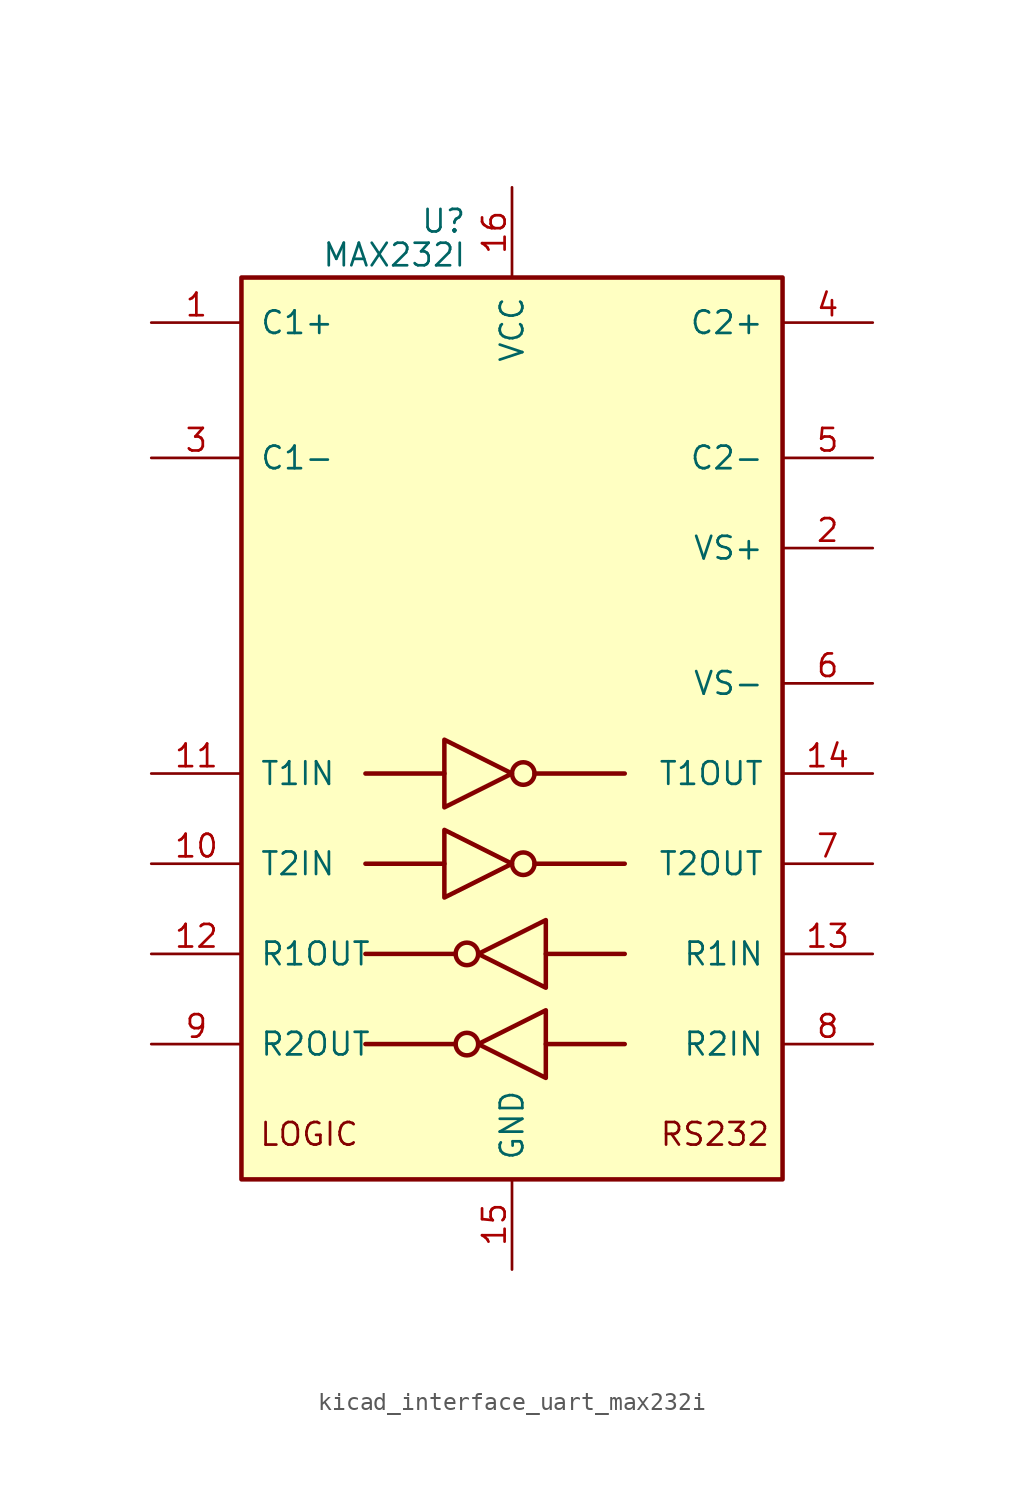
<source format=kicad_sym>
(kicad_symbol_lib
  (version 20220914)
  (generator kicad_symbol_editor)
  (symbol "kicad_interface_uart_max232i"
    (pin_names
      (offset 1.016))
    (property "Reference" "U"
      (at -2.54 28.575 0)
      (effects (font (size 1.27 1.27)) (justify right)))
    (property "Value" "MAX232I"
      (at -2.54 26.67 0)
      (effects (font (size 1.27 1.27)) (justify right)))
    (symbol "kicad_interface_uart_max232i_0_0"
      (text "LOGIC" (at -11.43 -22.86 0) (effects (font (size 1.27 1.27))))
      (text "RS232" (at 11.43 -22.86 0) (effects (font (size 1.27 1.27)))))
    (symbol "kicad_interface_uart_max232i_0_1"
      (rectangle (start -15.24 -25.4) (end 15.24 25.4) (stroke (width 0.254) (type default)) (fill (type background)))
      (circle (center -2.54 -17.78) (radius 0.635) (stroke (width 0.254) (type default)) (fill (type none)))
      (circle (center -2.54 -12.7) (radius 0.635) (stroke (width 0.254) (type default)) (fill (type none)))
      (polyline (pts (xy -3.81 -7.62) (xy -8.255 -7.62)) (stroke (width 0.254) (type default)) (fill (type none)))
      (polyline (pts (xy -3.81 -2.54) (xy -8.255 -2.54)) (stroke (width 0.254) (type default)) (fill (type none)))
      (polyline (pts (xy -3.175 -17.78) (xy -8.255 -17.78)) (stroke (width 0.254) (type default)) (fill (type none)))
      (polyline (pts (xy -3.175 -12.7) (xy -8.255 -12.7)) (stroke (width 0.254) (type default)) (fill (type none)))
      (polyline (pts (xy 1.27 -7.62) (xy 6.35 -7.62)) (stroke (width 0.254) (type default)) (fill (type none)))
      (polyline (pts (xy 1.27 -2.54) (xy 6.35 -2.54)) (stroke (width 0.254) (type default)) (fill (type none)))
      (polyline (pts (xy 1.905 -17.78) (xy 6.35 -17.78)) (stroke (width 0.254) (type default)) (fill (type none)))
      (polyline (pts (xy 1.905 -12.7) (xy 6.35 -12.7)) (stroke (width 0.254) (type default)) (fill (type none)))
      (polyline (pts (xy -3.81 -5.715) (xy -3.81 -9.525) (xy 0 -7.62) (xy -3.81 -5.715)) (stroke (width 0.254) (type default)) (fill (type none)))
      (polyline (pts (xy -3.81 -0.635) (xy -3.81 -4.445) (xy 0 -2.54) (xy -3.81 -0.635)) (stroke (width 0.254) (type default)) (fill (type none)))
      (polyline (pts (xy 1.905 -15.875) (xy 1.905 -19.685) (xy -1.905 -17.78) (xy 1.905 -15.875)) (stroke (width 0.254) (type default)) (fill (type none)))
      (polyline (pts (xy 1.905 -10.795) (xy 1.905 -14.605) (xy -1.905 -12.7) (xy 1.905 -10.795)) (stroke (width 0.254) (type default)) (fill (type none)))
      (circle (center 0.635 -7.62) (radius 0.635) (stroke (width 0.254) (type default)) (fill (type none)))
      (circle (center 0.635 -2.54) (radius 0.635) (stroke (width 0.254) (type default)) (fill (type none))))
    (symbol "kicad_interface_uart_max232i_1_1"
      (pin passive line (at -20.32 22.86 0) (length 5.08) (name "C1+" (effects (font (size 1.27 1.27)))) (number "1" (effects (font (size 1.27 1.27)))))
      (pin input line (at -20.32 -7.62 0) (length 5.08) (name "T2IN" (effects (font (size 1.27 1.27)))) (number "10" (effects (font (size 1.27 1.27)))))
      (pin input line (at -20.32 -2.54 0) (length 5.08) (name "T1IN" (effects (font (size 1.27 1.27)))) (number "11" (effects (font (size 1.27 1.27)))))
      (pin output line (at -20.32 -12.7 0) (length 5.08) (name "R1OUT" (effects (font (size 1.27 1.27)))) (number "12" (effects (font (size 1.27 1.27)))))
      (pin input line (at 20.32 -12.7 180) (length 5.08) (name "R1IN" (effects (font (size 1.27 1.27)))) (number "13" (effects (font (size 1.27 1.27)))))
      (pin output line (at 20.32 -2.54 180) (length 5.08) (name "T1OUT" (effects (font (size 1.27 1.27)))) (number "14" (effects (font (size 1.27 1.27)))))
      (pin power_in line (at 0 -30.48 90) (length 5.08) (name "GND" (effects (font (size 1.27 1.27)))) (number "15" (effects (font (size 1.27 1.27)))))
      (pin power_in line (at 0 30.48 270) (length 5.08) (name "VCC" (effects (font (size 1.27 1.27)))) (number "16" (effects (font (size 1.27 1.27)))))
      (pin power_out line (at 20.32 10.16 180) (length 5.08) (name "VS+" (effects (font (size 1.27 1.27)))) (number "2" (effects (font (size 1.27 1.27)))))
      (pin passive line (at -20.32 15.24 0) (length 5.08) (name "C1-" (effects (font (size 1.27 1.27)))) (number "3" (effects (font (size 1.27 1.27)))))
      (pin passive line (at 20.32 22.86 180) (length 5.08) (name "C2+" (effects (font (size 1.27 1.27)))) (number "4" (effects (font (size 1.27 1.27)))))
      (pin passive line (at 20.32 15.24 180) (length 5.08) (name "C2-" (effects (font (size 1.27 1.27)))) (number "5" (effects (font (size 1.27 1.27)))))
      (pin power_out line (at 20.32 2.54 180) (length 5.08) (name "VS-" (effects (font (size 1.27 1.27)))) (number "6" (effects (font (size 1.27 1.27)))))
      (pin output line (at 20.32 -7.62 180) (length 5.08) (name "T2OUT" (effects (font (size 1.27 1.27)))) (number "7" (effects (font (size 1.27 1.27)))))
      (pin input line (at 20.32 -17.78 180) (length 5.08) (name "R2IN" (effects (font (size 1.27 1.27)))) (number "8" (effects (font (size 1.27 1.27)))))
      (pin output line (at -20.32 -17.78 0) (length 5.08) (name "R2OUT" (effects (font (size 1.27 1.27)))) (number "9" (effects (font (size 1.27 1.27))))))))
</source>
